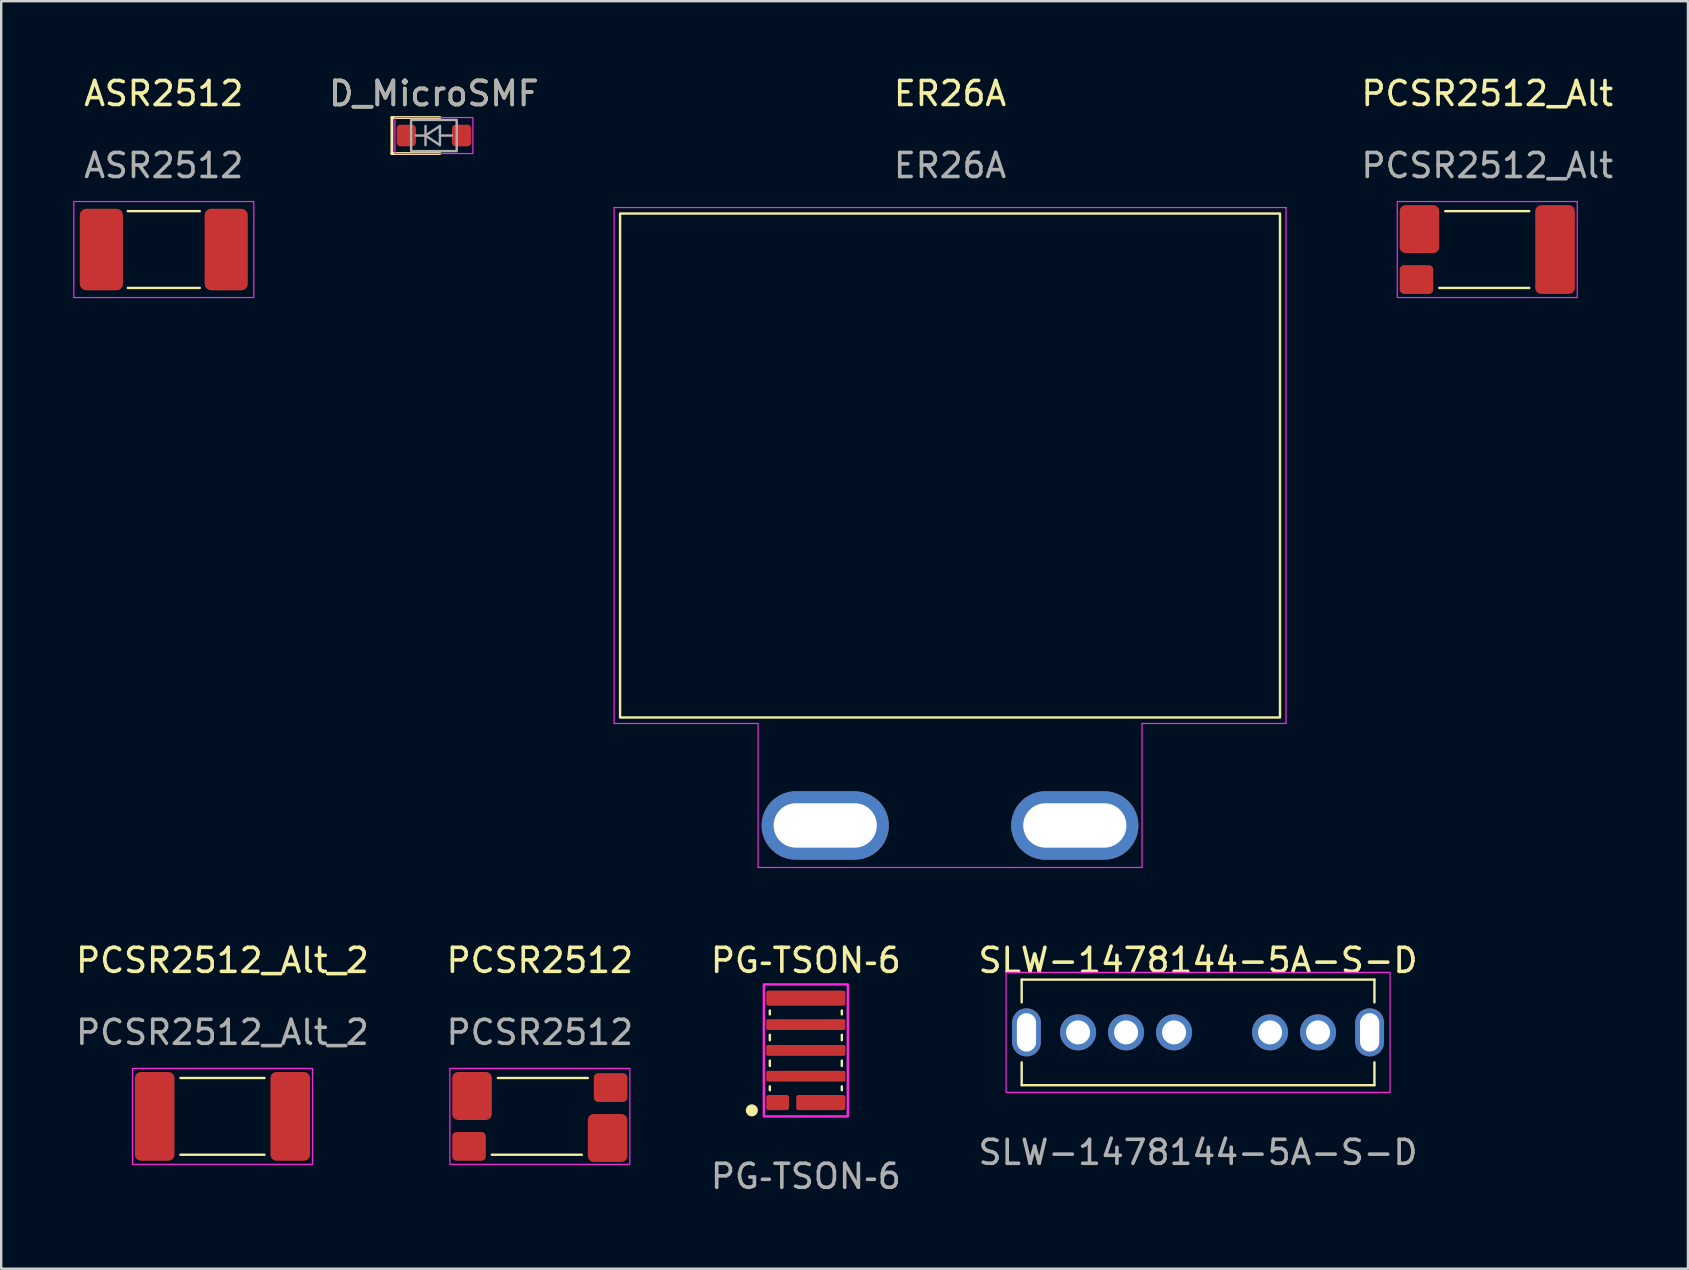
<source format=kicad_pcb>
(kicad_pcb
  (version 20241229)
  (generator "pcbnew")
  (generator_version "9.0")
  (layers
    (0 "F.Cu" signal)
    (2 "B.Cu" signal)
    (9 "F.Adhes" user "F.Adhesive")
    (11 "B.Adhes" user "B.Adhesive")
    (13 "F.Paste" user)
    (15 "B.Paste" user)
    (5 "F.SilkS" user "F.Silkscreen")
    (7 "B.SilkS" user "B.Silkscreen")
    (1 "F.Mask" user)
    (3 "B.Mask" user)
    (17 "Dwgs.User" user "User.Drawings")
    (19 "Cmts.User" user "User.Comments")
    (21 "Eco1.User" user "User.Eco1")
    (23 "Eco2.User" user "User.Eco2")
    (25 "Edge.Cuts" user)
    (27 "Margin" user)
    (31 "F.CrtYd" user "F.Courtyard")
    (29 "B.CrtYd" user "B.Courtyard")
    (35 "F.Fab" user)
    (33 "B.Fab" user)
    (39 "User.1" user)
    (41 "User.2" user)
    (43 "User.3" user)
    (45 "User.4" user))
  (footprint "PG‑TSON‑6"
    (layer "F.Cu")
    (at 30.53 40.721)
    (property "Reference" "PG‑TSON‑6" (at 0 -3.75 0) (unlocked yes) (layer "F.SilkS") (effects (font (size 1 1) (thickness 0.15))))
    (attr smd)
    (fp_line (start -1.5 -1.5) (end -1.5 -1.66) (stroke (width 0.1) (type solid)) (layer "F.SilkS"))
    (fp_line (start -1.5 -0.65) (end -1.5 -0.425) (stroke (width 0.1) (type solid)) (layer "F.SilkS"))
    (fp_line (start -1.5 0.65) (end -1.5 0.425) (stroke (width 0.1) (type solid)) (layer "F.SilkS"))
    (fp_line (start -1.5 1.5) (end -1.5 1.66) (stroke (width 0.1) (type solid)) (layer "F.SilkS"))
    (fp_line (start 1.5 -1.5) (end 1.5 -1.66) (stroke (width 0.1) (type solid)) (layer "F.SilkS"))
    (fp_line (start 1.5 -0.65) (end 1.5 -0.425) (stroke (width 0.1) (type solid)) (layer "F.SilkS"))
    (fp_line (start 1.5 0.65) (end 1.5 0.425) (stroke (width 0.1) (type solid)) (layer "F.SilkS"))
    (fp_line (start 1.5 1.5) (end 1.5 1.66) (stroke (width 0.1) (type solid)) (layer "F.SilkS"))
    (fp_circle (center -2.25 2.5) (end -2.05 2.5) (stroke (width 0.1) (type solid)) (fill yes) (layer "F.SilkS"))
    (fp_rect (start -1.75 -2.75) (end 1.75 2.75) (stroke (width 0.1) (type solid)) (fill no) (layer "F.CrtYd"))
    (fp_text user "${REFERENCE}" (at 0 5.25 0) (unlocked yes) (layer "F.Fab") (effects (font (size 1 1) (thickness 0.15))))
    (pad "1" smd roundrect (at -1.175 2.175) (size 0.95 0.63) (layers "F.Cu" "F.Mask" "F.Paste") (roundrect_rratio 0.15))
    (pad "2" smd roundrect (at 0 1.075) (size 3.3 0.45) (layers "F.Cu" "F.Mask" "F.Paste") (roundrect_rratio 0.15))
    (pad "3" smd roundrect (at 0 0) (size 3.3 0.45) (layers "F.Cu" "F.Mask" "F.Paste") (roundrect_rratio 0.15))
    (pad "4" smd roundrect (at 0 -1.075) (size 3.3 0.45) (layers "F.Cu" "F.Mask" "F.Paste") (roundrect_rratio 0.15))
    (pad "5" smd roundrect (at 0 -2.175) (size 3.3 0.63) (layers "F.Cu" "F.Mask" "F.Paste") (roundrect_rratio 0.15))
    (pad "6" smd roundrect (at 0.625 2.175) (size 2.05 0.63) (layers "F.Cu" "F.Mask" "F.Paste") (roundrect_rratio 0.15)))
  (footprint "ASR2512"
    (layer "F.Cu")
    (at 3.775 1.348)
    (property "Reference" "ASR2512" (at 0 -0.5 0) (unlocked yes) (layer "F.SilkS") (effects (font (size 1 1) (thickness 0.15))))
    (attr smd)
    (fp_line (start -1.5 4.4) (end 1.5 4.4) (stroke (width 0.1) (type solid)) (layer "F.SilkS"))
    (fp_line (start 1.5 7.6) (end -1.5 7.6) (stroke (width 0.1) (type solid)) (layer "F.SilkS"))
    (fp_rect (start -3.75 4) (end 3.75 8) (stroke (width 0.05) (type default)) (fill no) (layer "F.CrtYd"))
    (fp_text user "${REFERENCE}" (at 0 2.5 0) (unlocked yes) (layer "F.Fab") (effects (font (size 1 1) (thickness 0.15))))
    (pad "1" smd roundrect (at -2.6 6) (size 1.8 3.4) (layers "F.Cu" "F.Mask" "F.Paste") (roundrect_rratio 0.15))
    (pad "2" smd roundrect (at 2.6 6) (size 1.8 3.4) (layers "F.Cu" "F.Mask" "F.Paste") (roundrect_rratio 0.15)))
  (footprint "PCSR2512"
    (layer "F.Cu")
    (at 19.446 37.471)
    (property "Reference" "PCSR2512" (at 0 -0.5 0) (unlocked yes) (layer "F.SilkS") (effects (font (size 1 1) (thickness 0.15))))
    (attr smd)
    (fp_line (start -1.75 4.4) (end 2 4.4) (stroke (width 0.1) (type default)) (layer "F.SilkS"))
    (fp_line (start 1.75 7.6) (end -2 7.6) (stroke (width 0.1) (type default)) (layer "F.SilkS"))
    (fp_rect (start -3.75 4) (end 3.75 8) (stroke (width 0.05) (type default)) (fill no) (layer "F.CrtYd"))
    (fp_text user "${REFERENCE}" (at 0 2.5 0) (unlocked yes) (layer "F.Fab") (effects (font (size 1 1) (thickness 0.15))))
    (pad "1" smd roundrect (at -2.95 7.25) (size 1.4 1.2) (layers "F.Cu" "F.Mask" "F.Paste") (roundrect_rratio 0.15))
    (pad "1" smd roundrect (at -2.825 5.15) (size 1.65 2) (layers "F.Cu" "F.Mask" "F.Paste") (roundrect_rratio 0.15))
    (pad "2" smd roundrect (at 2.825 6.9) (size 1.65 2) (layers "F.Cu" "F.Mask" "F.Paste") (roundrect_rratio 0.15))
    (pad "2" smd roundrect (at 2.95 4.8) (size 1.4 1.2) (layers "F.Cu" "F.Mask" "F.Paste") (roundrect_rratio 0.15)))
  (footprint "PCSR2512_Alt_2"
    (layer "F.Cu")
    (at 6.22 37.471)
    (property "Reference" "PCSR2512_Alt_2" (at 0 -0.5 0) (unlocked yes) (layer "F.SilkS") (effects (font (size 1 1) (thickness 0.15))))
    (attr smd)
    (fp_line (start -1.75 4.4) (end 1.75 4.4) (stroke (width 0.1) (type solid)) (layer "F.SilkS"))
    (fp_line (start 1.75 7.6) (end -1.75 7.6) (stroke (width 0.1) (type solid)) (layer "F.SilkS"))
    (fp_rect (start -3.75 4) (end 3.75 8) (stroke (width 0.05) (type default)) (fill no) (layer "F.CrtYd"))
    (fp_text user "${REFERENCE}" (at 0 2.5 0) (unlocked yes) (layer "F.Fab") (effects (font (size 1 1) (thickness 0.15))))
    (pad "1" smd roundrect (at -2.825 6) (size 1.65 3.7) (layers "F.Cu" "F.Mask" "F.Paste") (roundrect_rratio 0.15))
    (pad "2" smd roundrect (at 2.825 6) (size 1.65 3.7) (layers "F.Cu" "F.Mask" "F.Paste") (roundrect_rratio 0.15)))
  (footprint "D_MicroSMF"
    (layer "F.Cu")
    (at 15.032 2.598)
    (property "Reference" "D_MicroSMF" (at 0 -1.75 0) (layer "F.SilkS") (effects (font (size 1 1) (thickness 0.15))))
    (attr smd)
    (fp_line (start -1.75 -0.75) (end -1.75 0.75) (stroke (width 0.12) (type solid)) (layer "F.SilkS"))
    (fp_line (start -1.75 0.75) (end 0.25 0.75) (stroke (width 0.12) (type solid)) (layer "F.SilkS"))
    (fp_line (start 0.25 -0.75) (end -1.75 -0.75) (stroke (width 0.12) (type solid)) (layer "F.SilkS"))
    (fp_rect (start -1.625 -0.75) (end 1.625 0.75) (stroke (width 0.05) (type solid)) (fill no) (layer "F.CrtYd"))
    (fp_line (start -0.75 0) (end -0.35 0) (stroke (width 0.1) (type solid)) (layer "F.Fab"))
    (fp_line (start -0.35 0) (end -0.35 -0.4) (stroke (width 0.1) (type solid)) (layer "F.Fab"))
    (fp_line (start -0.35 0) (end -0.35 0.4) (stroke (width 0.1) (type solid)) (layer "F.Fab"))
    (fp_line (start -0.35 0) (end 0.25 -0.4) (stroke (width 0.1) (type solid)) (layer "F.Fab"))
    (fp_line (start 0.25 -0.4) (end 0.25 0.4) (stroke (width 0.1) (type solid)) (layer "F.Fab"))
    (fp_line (start 0.25 0) (end 0.75 0) (stroke (width 0.1) (type solid)) (layer "F.Fab"))
    (fp_line (start 0.25 0.4) (end -0.35 0) (stroke (width 0.1) (type solid)) (layer "F.Fab"))
    (fp_rect (start -0.95 -0.65) (end 0.95 0.65) (stroke (width 0.1) (type solid)) (fill no) (layer "F.Fab"))
    (fp_text user "${REFERENCE}" (at 0 -1.75 0) (layer "F.Fab") (effects (font (size 1 1) (thickness 0.15))))
    (pad "1" smd roundrect (at -1.15 0) (size 0.8 0.9) (layers "F.Cu" "F.Mask" "F.Paste") (roundrect_rratio 0.192))
    (pad "2" smd roundrect (at 1.15 0) (size 0.8 0.9) (layers "F.Cu" "F.Mask" "F.Paste") (roundrect_rratio 0.192)))
  (footprint "PCSR2512_Alt"
    (layer "F.Cu")
    (at 58.927 1.348)
    (property "Reference" "PCSR2512_Alt" (at 0 -0.5 0) (unlocked yes) (layer "F.SilkS") (effects (font (size 1 1) (thickness 0.15))))
    (attr smd)
    (fp_line (start -1.75 4.4) (end 1.75 4.4) (stroke (width 0.1) (type solid)) (layer "F.SilkS"))
    (fp_line (start 1.75 7.6) (end -2 7.6) (stroke (width 0.1) (type solid)) (layer "F.SilkS"))
    (fp_rect (start -3.75 4) (end 3.75 8) (stroke (width 0.05) (type default)) (fill no) (layer "F.CrtYd"))
    (fp_text user "${REFERENCE}" (at 0 2.5 0) (unlocked yes) (layer "F.Fab") (effects (font (size 1 1) (thickness 0.15))))
    (pad "1" smd roundrect (at -2.95 7.25) (size 1.4 1.2) (layers "F.Cu" "F.Mask" "F.Paste") (roundrect_rratio 0.15))
    (pad "1" smd roundrect (at -2.825 5.15) (size 1.65 2) (layers "F.Cu" "F.Mask" "F.Paste") (roundrect_rratio 0.15))
    (pad "2" smd roundrect (at 2.825 6) (size 1.65 3.7) (layers "F.Cu" "F.Mask" "F.Paste") (roundrect_rratio 0.15)))
  (footprint "ER26A"
    (layer "F.Cu")
    (at 36.539 1.348)
    (property "Reference" "ER26A" (at 0 -0.5 0) (unlocked yes) (layer "F.SilkS") (effects (font (size 1 1) (thickness 0.15))))
    (attr smd)
    (fp_rect (start -13.75 4.5) (end 13.75 25.5) (stroke (width 0.1) (type solid)) (fill no) (layer "F.SilkS"))
    (fp_line (start -14 4.25) (end 14 4.25) (stroke (width 0.05) (type default)) (layer "F.CrtYd"))
    (fp_line (start -14 25.75) (end -14 4.25) (stroke (width 0.05) (type default)) (layer "F.CrtYd"))
    (fp_line (start -8 25.75) (end -14 25.75) (stroke (width 0.05) (type default)) (layer "F.CrtYd"))
    (fp_line (start -8 31.75) (end -8 25.75) (stroke (width 0.05) (type default)) (layer "F.CrtYd"))
    (fp_line (start 8 25.75) (end 8 31.75) (stroke (width 0.05) (type default)) (layer "F.CrtYd"))
    (fp_line (start 8 31.75) (end -8 31.75) (stroke (width 0.05) (type default)) (layer "F.CrtYd"))
    (fp_line (start 14 4.25) (end 14 25.75) (stroke (width 0.05) (type default)) (layer "F.CrtYd"))
    (fp_line (start 14 25.75) (end 8 25.75) (stroke (width 0.05) (type default)) (layer "F.CrtYd"))
    (fp_text user "${REFERENCE}" (at 0 2.5 0) (unlocked yes) (layer "F.Fab") (effects (font (size 1 1) (thickness 0.15))))
    (pad "1" thru_hole oval (at -5.2 30) (size 5.3 2.85) (drill oval 4.3 1.85) (layers "*.Cu" "*.Mask"))
    (pad "2" thru_hole oval (at 5.2 30) (size 5.3 2.85) (drill oval 4.3 1.85) (layers "*.Cu" "*.Mask")))
  (footprint "SLW-1478144-5A-S-D"
    (layer "F.Cu")
    (at 46.875 38.471)
    (property "Reference" "SLW-1478144-5A-S-D" (at 0 -1.5 0) (unlocked yes) (layer "F.SilkS") (effects (font (size 1 1) (thickness 0.15))))
    (attr smd)
    (fp_line (start -7.35 -0.7) (end -7.35 0.25) (stroke (width 0.1) (type default)) (layer "F.SilkS"))
    (fp_line (start -7.35 -0.7) (end 7.35 -0.7) (stroke (width 0.1) (type default)) (layer "F.SilkS"))
    (fp_line (start -7.35 3.7) (end -7.35 2.75) (stroke (width 0.1) (type default)) (layer "F.SilkS"))
    (fp_line (start -7.35 3.7) (end 7.35 3.7) (stroke (width 0.1) (type default)) (layer "F.SilkS"))
    (fp_line (start 7.35 -0.7) (end 7.35 0.25) (stroke (width 0.1) (type default)) (layer "F.SilkS"))
    (fp_line (start 7.35 3.7) (end 7.35 2.75) (stroke (width 0.1) (type default)) (layer "F.SilkS"))
    (fp_rect (start -8 -1) (end 8 4) (stroke (width 0.05) (type default)) (fill no) (layer "F.CrtYd"))
    (fp_text user "${REFERENCE}" (at 0 6.5 0) (unlocked yes) (layer "F.Fab") (effects (font (size 1 1) (thickness 0.15))))
    (pad "" thru_hole oval (at -7.15 1.5) (size 1.2 2) (drill oval 0.8 1.6) (layers "*.Cu" "*.Mask"))
    (pad "" thru_hole oval (at 7.15 1.5) (size 1.2 2) (drill oval 0.8 1.6) (layers "*.Cu" "*.Mask"))
    (pad "1" thru_hole circle (at -5 1.5) (size 1.5 1.5) (drill 1) (layers "*.Cu" "*.Mask"))
    (pad "2" thru_hole circle (at -3 1.5) (size 1.5 1.5) (drill 1) (layers "*.Cu" "*.Mask"))
    (pad "3" thru_hole circle (at 3 1.5) (size 1.5 1.5) (drill 1) (layers "*.Cu" "*.Mask"))
    (pad "4" thru_hole circle (at 5 1.5) (size 1.5 1.5) (drill 1) (layers "*.Cu" "*.Mask"))
    (pad "5" thru_hole circle (at -1 1.5) (size 1.5 1.5) (drill 1) (layers "*.Cu" "*.Mask")))
  (gr_rect
    (start -3 -3)
    (end 67.29 49.82)
    (stroke (width 0.1) (type default))
    (fill no)
    (layer "Edge.Cuts")))
</source>
